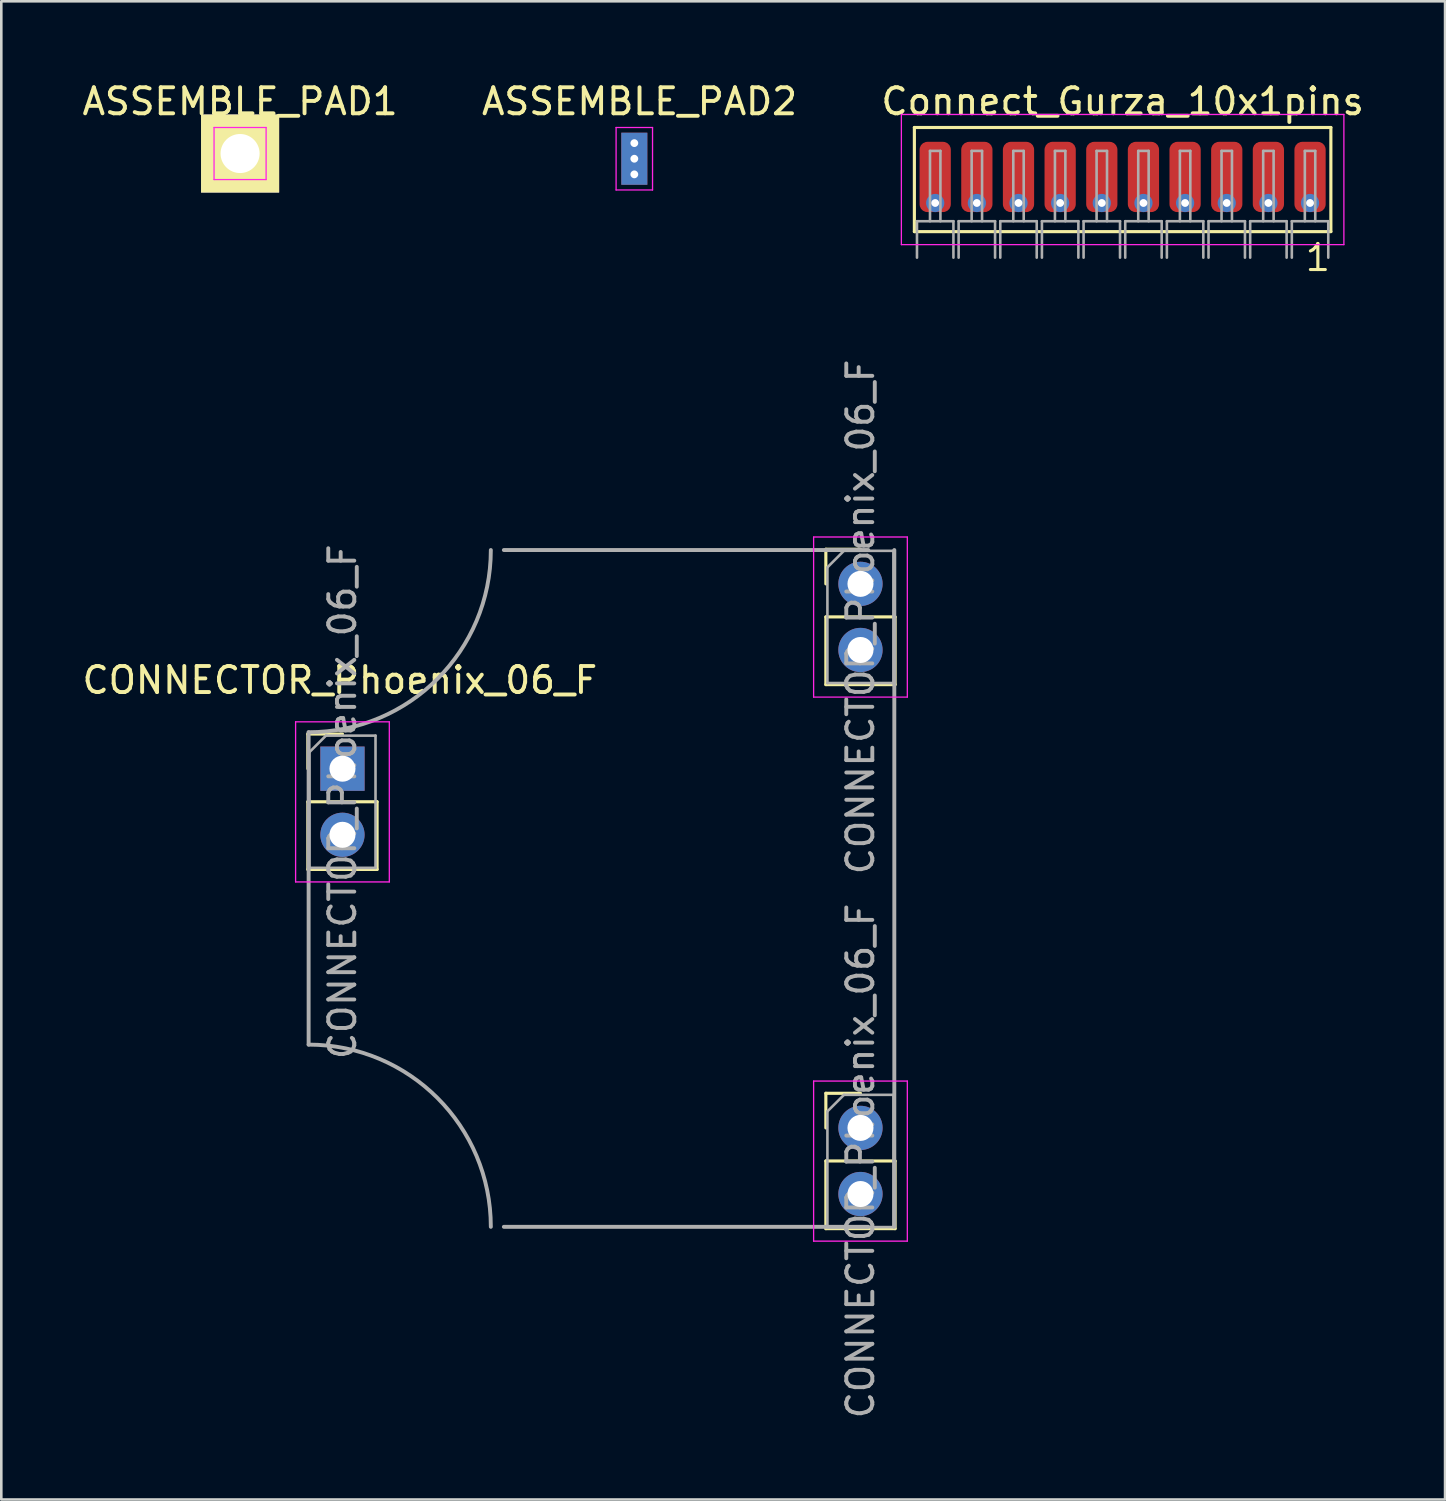
<source format=kicad_pcb>
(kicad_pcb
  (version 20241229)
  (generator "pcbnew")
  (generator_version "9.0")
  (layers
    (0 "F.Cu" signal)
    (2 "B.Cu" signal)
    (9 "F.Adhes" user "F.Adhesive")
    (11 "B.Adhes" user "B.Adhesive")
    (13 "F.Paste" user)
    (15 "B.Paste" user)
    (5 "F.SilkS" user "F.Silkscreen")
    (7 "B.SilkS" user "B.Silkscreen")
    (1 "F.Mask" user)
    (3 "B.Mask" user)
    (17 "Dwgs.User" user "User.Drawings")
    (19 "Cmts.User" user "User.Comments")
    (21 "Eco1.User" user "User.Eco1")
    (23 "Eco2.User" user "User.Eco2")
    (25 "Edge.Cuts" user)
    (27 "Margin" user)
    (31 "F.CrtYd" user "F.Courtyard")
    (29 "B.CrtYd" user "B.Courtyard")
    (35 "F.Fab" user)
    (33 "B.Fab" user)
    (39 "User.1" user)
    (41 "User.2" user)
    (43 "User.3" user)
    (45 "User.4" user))
  (footprint "CONNECTOR_Phoenix_06_F"
    (layer "F.Cu")
    (at 10.106 26.48)
    (property "Reference" "CONNECTOR_Phoenix_06_F" (at -0.1 -3.4 0) (layer "F.SilkS") (effects (font (size 1 1) (thickness 0.15))))
    (attr through_hole)
    (fp_line (start -1.33 -1.33) (end 0 -1.33) (stroke (width 0.12) (type solid)) (layer "F.SilkS"))
    (fp_line (start -1.33 0) (end -1.33 -1.33) (stroke (width 0.12) (type solid)) (layer "F.SilkS"))
    (fp_line (start -1.33 1.27) (end -1.33 3.87) (stroke (width 0.12) (type solid)) (layer "F.SilkS"))
    (fp_line (start -1.33 1.27) (end 1.33 1.27) (stroke (width 0.12) (type solid)) (layer "F.SilkS"))
    (fp_line (start -1.33 3.87) (end 1.33 3.87) (stroke (width 0.12) (type solid)) (layer "F.SilkS"))
    (fp_line (start 1.33 1.27) (end 1.33 3.87) (stroke (width 0.12) (type solid)) (layer "F.SilkS"))
    (fp_line (start 18.57 -8.43) (end 19.9 -8.43) (stroke (width 0.12) (type solid)) (layer "F.SilkS"))
    (fp_line (start 18.57 -7.1) (end 18.57 -8.43) (stroke (width 0.12) (type solid)) (layer "F.SilkS"))
    (fp_line (start 18.57 -5.83) (end 18.57 -3.23) (stroke (width 0.12) (type solid)) (layer "F.SilkS"))
    (fp_line (start 18.57 -5.83) (end 21.23 -5.83) (stroke (width 0.12) (type solid)) (layer "F.SilkS"))
    (fp_line (start 18.57 -3.23) (end 21.23 -3.23) (stroke (width 0.12) (type solid)) (layer "F.SilkS"))
    (fp_line (start 18.57 12.47) (end 19.9 12.47) (stroke (width 0.12) (type solid)) (layer "F.SilkS"))
    (fp_line (start 18.57 13.8) (end 18.57 12.47) (stroke (width 0.12) (type solid)) (layer "F.SilkS"))
    (fp_line (start 18.57 15.07) (end 18.57 17.67) (stroke (width 0.12) (type solid)) (layer "F.SilkS"))
    (fp_line (start 18.57 15.07) (end 21.23 15.07) (stroke (width 0.12) (type solid)) (layer "F.SilkS"))
    (fp_line (start 18.57 17.67) (end 21.23 17.67) (stroke (width 0.12) (type solid)) (layer "F.SilkS"))
    (fp_line (start 21.23 -5.83) (end 21.23 -3.23) (stroke (width 0.12) (type solid)) (layer "F.SilkS"))
    (fp_line (start 21.23 15.07) (end 21.23 17.67) (stroke (width 0.12) (type solid)) (layer "F.SilkS"))
    (fp_line (start -1.8 -1.8) (end -1.8 4.35) (stroke (width 0.05) (type solid)) (layer "F.CrtYd"))
    (fp_line (start -1.8 4.35) (end 1.8 4.35) (stroke (width 0.05) (type solid)) (layer "F.CrtYd"))
    (fp_line (start 1.8 -1.8) (end -1.8 -1.8) (stroke (width 0.05) (type solid)) (layer "F.CrtYd"))
    (fp_line (start 1.8 4.35) (end 1.8 -1.8) (stroke (width 0.05) (type solid)) (layer "F.CrtYd"))
    (fp_line (start 18.1 -8.9) (end 18.1 -2.75) (stroke (width 0.05) (type solid)) (layer "F.CrtYd"))
    (fp_line (start 18.1 -2.75) (end 21.7 -2.75) (stroke (width 0.05) (type solid)) (layer "F.CrtYd"))
    (fp_line (start 18.1 12) (end 18.1 18.15) (stroke (width 0.05) (type solid)) (layer "F.CrtYd"))
    (fp_line (start 18.1 18.15) (end 21.7 18.15) (stroke (width 0.05) (type solid)) (layer "F.CrtYd"))
    (fp_line (start 21.7 -8.9) (end 18.1 -8.9) (stroke (width 0.05) (type solid)) (layer "F.CrtYd"))
    (fp_line (start 21.7 -2.75) (end 21.7 -8.9) (stroke (width 0.05) (type solid)) (layer "F.CrtYd"))
    (fp_line (start 21.7 12) (end 18.1 12) (stroke (width 0.05) (type solid)) (layer "F.CrtYd"))
    (fp_line (start 21.7 18.15) (end 21.7 12) (stroke (width 0.05) (type solid)) (layer "F.CrtYd"))
    (fp_line (start -1.3 -1.4) (end -1.3 10.6) (stroke (width 0.15) (type solid)) (layer "F.Fab"))
    (fp_line (start -1.27 -0.635) (end -0.635 -1.27) (stroke (width 0.1) (type solid)) (layer "F.Fab"))
    (fp_line (start -1.27 3.81) (end -1.27 -0.635) (stroke (width 0.1) (type solid)) (layer "F.Fab"))
    (fp_line (start -0.635 -1.27) (end 1.27 -1.27) (stroke (width 0.1) (type solid)) (layer "F.Fab"))
    (fp_line (start 1.27 -1.27) (end 1.27 3.81) (stroke (width 0.1) (type solid)) (layer "F.Fab"))
    (fp_line (start 1.27 3.81) (end -1.27 3.81) (stroke (width 0.1) (type solid)) (layer "F.Fab"))
    (fp_line (start 6.2 -8.4) (end 20.2 -8.4) (stroke (width 0.15) (type solid)) (layer "F.Fab"))
    (fp_line (start 18.63 -7.735) (end 19.265 -8.37) (stroke (width 0.1) (type solid)) (layer "F.Fab"))
    (fp_line (start 18.63 -3.29) (end 18.63 -7.735) (stroke (width 0.1) (type solid)) (layer "F.Fab"))
    (fp_line (start 18.63 13.165) (end 19.265 12.53) (stroke (width 0.1) (type solid)) (layer "F.Fab"))
    (fp_line (start 18.63 17.61) (end 18.63 13.165) (stroke (width 0.1) (type solid)) (layer "F.Fab"))
    (fp_line (start 19.265 -8.37) (end 21.17 -8.37) (stroke (width 0.1) (type solid)) (layer "F.Fab"))
    (fp_line (start 19.265 12.53) (end 21.17 12.53) (stroke (width 0.1) (type solid)) (layer "F.Fab"))
    (fp_line (start 20.2 17.6) (end 6.2 17.6) (stroke (width 0.15) (type solid)) (layer "F.Fab"))
    (fp_line (start 21.17 -8.37) (end 21.17 -3.29) (stroke (width 0.1) (type solid)) (layer "F.Fab"))
    (fp_line (start 21.17 -3.29) (end 18.63 -3.29) (stroke (width 0.1) (type solid)) (layer "F.Fab"))
    (fp_line (start 21.17 12.53) (end 21.17 17.61) (stroke (width 0.1) (type solid)) (layer "F.Fab"))
    (fp_line (start 21.17 17.61) (end 18.63 17.61) (stroke (width 0.1) (type solid)) (layer "F.Fab"))
    (fp_line (start 21.2 -8.4) (end 21.2 17.6) (stroke (width 0.15) (type solid)) (layer "F.Fab"))
    (fp_arc (start -1.3 10.6) (mid 3.649747 12.650253) (end 5.7 17.6) (stroke (width 0.15) (type solid)) (layer "F.Fab"))
    (fp_arc (start 5.7 -8.4) (mid 3.649747 -3.450253) (end -1.3 -1.4) (stroke (width 0.15) (type solid)) (layer "F.Fab"))
    (fp_text user "${REFERENCE}" (at 19.9 -5.83 90) (layer "F.Fab") (effects (font (size 1 1) (thickness 0.15))))
    (fp_text user "${REFERENCE}" (at 19.9 15.07 90) (layer "F.Fab") (effects (font (size 1 1) (thickness 0.15))))
    (fp_text user "${REFERENCE}" (at 0 1.27 90) (layer "F.Fab") (effects (font (size 1 1) (thickness 0.15))))
    (pad "1" thru_hole rect (at 0 0) (size 1.7 1.7) (drill 1) (layers "*.Cu" "*.Mask"))
    (pad "2" thru_hole oval (at 0 2.54) (size 1.7 1.7) (drill 1) (layers "*.Cu" "*.Mask"))
    (pad "3" thru_hole oval (at 19.9 16.34) (size 1.7 1.7) (drill 1) (layers "*.Cu" "*.Mask"))
    (pad "4" thru_hole oval (at 19.9 13.8) (size 1.7 1.7) (drill 1) (layers "*.Cu" "*.Mask"))
    (pad "5" thru_hole oval (at 19.9 -4.56) (size 1.7 1.7) (drill 1) (layers "*.Cu" "*.Mask"))
    (pad "6" thru_hole oval (at 19.9 -7.1) (size 1.7 1.7) (drill 1) (layers "*.Cu" "*.Mask")))
  (footprint "ASSEMBLE_PAD2"
    (layer "F.Cu")
    (at 21.318 3.048)
    (property "Reference" "ASSEMBLE_PAD2" (at 0.2 -2.2 0) (layer "F.SilkS") (effects (font (size 1 1) (thickness 0.15))))
    (attr exclude_from_pos_files exclude_from_bom)
    (fp_line (start -0.7 -1.2) (end 0.7 -1.2) (stroke (width 0.05) (type solid)) (layer "F.CrtYd"))
    (fp_line (start -0.7 1.2) (end -0.7 -1.2) (stroke (width 0.05) (type solid)) (layer "F.CrtYd"))
    (fp_line (start 0.7 -1.2) (end 0.7 1.2) (stroke (width 0.05) (type solid)) (layer "F.CrtYd"))
    (fp_line (start 0.7 1.2) (end -0.7 1.2) (stroke (width 0.05) (type solid)) (layer "F.CrtYd"))
    (pad "1" thru_hole circle (at 0 -0.6) (size 0.7 0.7) (drill 0.3) (layers "*.Cu" "*.Mask"))
    (pad "1" thru_hole circle (at 0 0) (size 0.7 0.7) (drill 0.3) (layers "*.Cu" "*.Mask"))
    (pad "1" smd rect (at 0 0) (size 1 2) (layers "F.Cu" "F.Mask"))
    (pad "1" smd rect (at 0 0) (size 1 2) (layers "B.Cu" "B.Mask"))
    (pad "1" thru_hole circle (at 0 0.6) (size 0.7 0.7) (drill 0.3) (layers "*.Cu" "*.Mask")))
  (footprint "ASSEMBLE_PAD1"
    (layer "F.Cu")
    (at 6.173 2.848)
    (property "Reference" "ASSEMBLE_PAD1" (at 0 -2 0) (layer "F.SilkS") (effects (font (size 1 1) (thickness 0.15))))
    (attr exclude_from_pos_files exclude_from_bom)
    (fp_line (start -1 -1) (end 1 -1) (stroke (width 0.05) (type solid)) (layer "F.CrtYd"))
    (fp_line (start -1 1) (end -1 -1) (stroke (width 0.05) (type solid)) (layer "F.CrtYd"))
    (fp_line (start 1 -1) (end 1 1) (stroke (width 0.05) (type solid)) (layer "F.CrtYd"))
    (fp_line (start 1 1) (end -1 1) (stroke (width 0.05) (type solid)) (layer "F.CrtYd"))
    (pad "1" thru_hole rect (at 0 0) (size 3 3) (drill 1.5) (layers "*.Cu" "*.Mask" "F.SilkS")))
  (footprint "Connect_Gurza_10x1pins"
    (layer "F.Cu")
    (at 40.077 3.848)
    (property "Reference" "Connect_Gurza_10x1pins" (at 0 -3 0) (layer "F.SilkS") (effects (font (size 1 1) (thickness 0.15))))
    (attr through_hole)
    (fp_line (start -8 -2) (end 8 -2) (stroke (width 0.12) (type solid)) (layer "F.SilkS"))
    (fp_line (start -8 2) (end -8 -2) (stroke (width 0.12) (type solid)) (layer "F.SilkS"))
    (fp_line (start 8 -2) (end 8 2) (stroke (width 0.12) (type solid)) (layer "F.SilkS"))
    (fp_line (start 8 2) (end -8 2) (stroke (width 0.12) (type solid)) (layer "F.SilkS"))
    (fp_line (start -8.5 -2.5) (end 8.5 -2.5) (stroke (width 0.05) (type solid)) (layer "F.CrtYd"))
    (fp_line (start -8.5 2.5) (end -8.5 -2.5) (stroke (width 0.05) (type solid)) (layer "F.CrtYd"))
    (fp_line (start 8.5 -2.5) (end 8.5 2.5) (stroke (width 0.05) (type solid)) (layer "F.CrtYd"))
    (fp_line (start 8.5 2.5) (end -8.5 2.5) (stroke (width 0.05) (type solid)) (layer "F.CrtYd"))
    (fp_line (start -7.9 1.6) (end -7.9 3) (stroke (width 0.1) (type solid)) (layer "F.Fab"))
    (fp_line (start -7.9 1.6) (end -6.5 1.6) (stroke (width 0.1) (type solid)) (layer "F.Fab"))
    (fp_line (start -7.4 -1.1) (end -7.4 1.6) (stroke (width 0.1) (type solid)) (layer "F.Fab"))
    (fp_line (start -7.4 -1.1) (end -7 -1.1) (stroke (width 0.1) (type solid)) (layer "F.Fab"))
    (fp_line (start -7 -1.1) (end -7 1.6) (stroke (width 0.1) (type solid)) (layer "F.Fab"))
    (fp_line (start -6.5 1.6) (end -6.5 3) (stroke (width 0.1) (type solid)) (layer "F.Fab"))
    (fp_line (start -6.3 1.6) (end -6.3 3) (stroke (width 0.1) (type solid)) (layer "F.Fab"))
    (fp_line (start -6.3 1.6) (end -4.9 1.6) (stroke (width 0.1) (type solid)) (layer "F.Fab"))
    (fp_line (start -5.8 -1.1) (end -5.8 1.6) (stroke (width 0.1) (type solid)) (layer "F.Fab"))
    (fp_line (start -5.8 -1.1) (end -5.4 -1.1) (stroke (width 0.1) (type solid)) (layer "F.Fab"))
    (fp_line (start -5.4 -1.1) (end -5.4 1.6) (stroke (width 0.1) (type solid)) (layer "F.Fab"))
    (fp_line (start -4.9 1.6) (end -4.9 3) (stroke (width 0.1) (type solid)) (layer "F.Fab"))
    (fp_line (start -4.7 1.6) (end -4.7 3) (stroke (width 0.1) (type solid)) (layer "F.Fab"))
    (fp_line (start -4.7 1.6) (end -3.3 1.6) (stroke (width 0.1) (type solid)) (layer "F.Fab"))
    (fp_line (start -4.2 -1.1) (end -4.2 1.6) (stroke (width 0.1) (type solid)) (layer "F.Fab"))
    (fp_line (start -4.2 -1.1) (end -3.8 -1.1) (stroke (width 0.1) (type solid)) (layer "F.Fab"))
    (fp_line (start -3.8 -1.1) (end -3.8 1.6) (stroke (width 0.1) (type solid)) (layer "F.Fab"))
    (fp_line (start -3.3 1.6) (end -3.3 3) (stroke (width 0.1) (type solid)) (layer "F.Fab"))
    (fp_line (start -3.1 1.6) (end -3.1 3) (stroke (width 0.1) (type solid)) (layer "F.Fab"))
    (fp_line (start -3.1 1.6) (end -1.7 1.6) (stroke (width 0.1) (type solid)) (layer "F.Fab"))
    (fp_line (start -2.6 -1.1) (end -2.6 1.6) (stroke (width 0.1) (type solid)) (layer "F.Fab"))
    (fp_line (start -2.6 -1.1) (end -2.2 -1.1) (stroke (width 0.1) (type solid)) (layer "F.Fab"))
    (fp_line (start -2.2 -1.1) (end -2.2 1.6) (stroke (width 0.1) (type solid)) (layer "F.Fab"))
    (fp_line (start -1.7 1.6) (end -1.7 3) (stroke (width 0.1) (type solid)) (layer "F.Fab"))
    (fp_line (start -1.5 1.6) (end -1.5 3) (stroke (width 0.1) (type solid)) (layer "F.Fab"))
    (fp_line (start -1.5 1.6) (end -0.1 1.6) (stroke (width 0.1) (type solid)) (layer "F.Fab"))
    (fp_line (start -1 -1.1) (end -1 1.6) (stroke (width 0.1) (type solid)) (layer "F.Fab"))
    (fp_line (start -1 -1.1) (end -0.6 -1.1) (stroke (width 0.1) (type solid)) (layer "F.Fab"))
    (fp_line (start -0.6 -1.1) (end -0.6 1.6) (stroke (width 0.1) (type solid)) (layer "F.Fab"))
    (fp_line (start -0.1 1.6) (end -0.1 3) (stroke (width 0.1) (type solid)) (layer "F.Fab"))
    (fp_line (start 0.1 1.6) (end 0.1 3) (stroke (width 0.1) (type solid)) (layer "F.Fab"))
    (fp_line (start 0.1 1.6) (end 1.5 1.6) (stroke (width 0.1) (type solid)) (layer "F.Fab"))
    (fp_line (start 0.6 -1.1) (end 0.6 1.6) (stroke (width 0.1) (type solid)) (layer "F.Fab"))
    (fp_line (start 0.6 -1.1) (end 1 -1.1) (stroke (width 0.1) (type solid)) (layer "F.Fab"))
    (fp_line (start 1 -1.1) (end 1 1.6) (stroke (width 0.1) (type solid)) (layer "F.Fab"))
    (fp_line (start 1.5 1.6) (end 1.5 3) (stroke (width 0.1) (type solid)) (layer "F.Fab"))
    (fp_line (start 1.7 1.6) (end 1.7 3) (stroke (width 0.1) (type solid)) (layer "F.Fab"))
    (fp_line (start 1.7 1.6) (end 3.1 1.6) (stroke (width 0.1) (type solid)) (layer "F.Fab"))
    (fp_line (start 2.2 -1.1) (end 2.2 1.6) (stroke (width 0.1) (type solid)) (layer "F.Fab"))
    (fp_line (start 2.2 -1.1) (end 2.6 -1.1) (stroke (width 0.1) (type solid)) (layer "F.Fab"))
    (fp_line (start 2.6 -1.1) (end 2.6 1.6) (stroke (width 0.1) (type solid)) (layer "F.Fab"))
    (fp_line (start 3.1 1.6) (end 3.1 3) (stroke (width 0.1) (type solid)) (layer "F.Fab"))
    (fp_line (start 3.3 1.6) (end 3.3 3) (stroke (width 0.1) (type solid)) (layer "F.Fab"))
    (fp_line (start 3.3 1.6) (end 4.7 1.6) (stroke (width 0.1) (type solid)) (layer "F.Fab"))
    (fp_line (start 3.8 -1.1) (end 3.8 1.6) (stroke (width 0.1) (type solid)) (layer "F.Fab"))
    (fp_line (start 3.8 -1.1) (end 4.2 -1.1) (stroke (width 0.1) (type solid)) (layer "F.Fab"))
    (fp_line (start 4.2 -1.1) (end 4.2 1.6) (stroke (width 0.1) (type solid)) (layer "F.Fab"))
    (fp_line (start 4.7 1.6) (end 4.7 3) (stroke (width 0.1) (type solid)) (layer "F.Fab"))
    (fp_line (start 4.9 1.6) (end 4.9 3) (stroke (width 0.1) (type solid)) (layer "F.Fab"))
    (fp_line (start 4.9 1.6) (end 6.3 1.6) (stroke (width 0.1) (type solid)) (layer "F.Fab"))
    (fp_line (start 5.4 -1.1) (end 5.4 1.6) (stroke (width 0.1) (type solid)) (layer "F.Fab"))
    (fp_line (start 5.4 -1.1) (end 5.8 -1.1) (stroke (width 0.1) (type solid)) (layer "F.Fab"))
    (fp_line (start 5.8 -1.1) (end 5.8 1.6) (stroke (width 0.1) (type solid)) (layer "F.Fab"))
    (fp_line (start 6.3 1.6) (end 6.3 3) (stroke (width 0.1) (type solid)) (layer "F.Fab"))
    (fp_line (start 6.5 1.6) (end 6.5 3) (stroke (width 0.1) (type solid)) (layer "F.Fab"))
    (fp_line (start 6.5 1.6) (end 7.9 1.6) (stroke (width 0.1) (type solid)) (layer "F.Fab"))
    (fp_line (start 7 -1.1) (end 7 1.6) (stroke (width 0.1) (type solid)) (layer "F.Fab"))
    (fp_line (start 7 -1.1) (end 7.4 -1.1) (stroke (width 0.1) (type solid)) (layer "F.Fab"))
    (fp_line (start 7.4 -1.1) (end 7.4 1.6) (stroke (width 0.1) (type solid)) (layer "F.Fab"))
    (fp_line (start 7.9 1.6) (end 7.9 3) (stroke (width 0.1) (type solid)) (layer "F.Fab"))
    (fp_text user "1" (at 7.5 3 0) (layer "F.SilkS") (effects (font (size 1 1) (thickness 0.12))))
    (pad "1" smd roundrect (at 7.2 -0.1) (size 1.2 2.7) (layers "F.Cu" "F.Mask" "F.Paste") (roundrect_rratio 0.25))
    (pad "1" thru_hole circle (at 7.2 0.9) (size 0.7 0.7) (drill 0.3) (layers "*.Cu" "F.Mask"))
    (pad "2" smd roundrect (at 5.6 -0.1) (size 1.2 2.7) (layers "F.Cu" "F.Mask" "F.Paste") (roundrect_rratio 0.25))
    (pad "2" thru_hole circle (at 5.6 0.9) (size 0.7 0.7) (drill 0.3) (layers "*.Cu" "F.Mask"))
    (pad "3" smd roundrect (at 4 -0.1) (size 1.2 2.7) (layers "F.Cu" "F.Mask" "F.Paste") (roundrect_rratio 0.25))
    (pad "3" thru_hole circle (at 4 0.9) (size 0.7 0.7) (drill 0.3) (layers "*.Cu" "F.Mask"))
    (pad "4" smd roundrect (at 2.4 -0.1) (size 1.2 2.7) (layers "F.Cu" "F.Mask" "F.Paste") (roundrect_rratio 0.25))
    (pad "4" thru_hole circle (at 2.4 0.9) (size 0.7 0.7) (drill 0.3) (layers "*.Cu" "F.Mask"))
    (pad "5" smd roundrect (at 0.8 -0.1) (size 1.2 2.7) (layers "F.Cu" "F.Mask" "F.Paste") (roundrect_rratio 0.25))
    (pad "5" thru_hole circle (at 0.8 0.9) (size 0.7 0.7) (drill 0.3) (layers "*.Cu" "F.Mask"))
    (pad "6" smd roundrect (at -0.8 -0.1) (size 1.2 2.7) (layers "F.Cu" "F.Mask" "F.Paste") (roundrect_rratio 0.25))
    (pad "6" thru_hole circle (at -0.8 0.9) (size 0.7 0.7) (drill 0.3) (layers "*.Cu" "F.Mask"))
    (pad "7" smd roundrect (at -2.4 -0.1) (size 1.2 2.7) (layers "F.Cu" "F.Mask" "F.Paste") (roundrect_rratio 0.25))
    (pad "7" thru_hole circle (at -2.4 0.9) (size 0.7 0.7) (drill 0.3) (layers "*.Cu" "F.Mask"))
    (pad "8" smd roundrect (at -4 -0.1) (size 1.2 2.7) (layers "F.Cu" "F.Mask" "F.Paste") (roundrect_rratio 0.25))
    (pad "8" thru_hole circle (at -4 0.9) (size 0.7 0.7) (drill 0.3) (layers "*.Cu" "F.Mask"))
    (pad "9" smd roundrect (at -5.6 -0.1) (size 1.2 2.7) (layers "F.Cu" "F.Mask" "F.Paste") (roundrect_rratio 0.25))
    (pad "9" thru_hole circle (at -5.6 0.9) (size 0.7 0.7) (drill 0.3) (layers "*.Cu" "F.Mask"))
    (pad "10" smd roundrect (at -7.2 -0.1) (size 1.2 2.7) (layers "F.Cu" "F.Mask" "F.Paste") (roundrect_rratio 0.25))
    (pad "10" thru_hole circle (at -7.2 0.9) (size 0.7 0.7) (drill 0.3) (layers "*.Cu" "F.Mask")))
  (gr_rect
    (start -3 -3)
    (end 52.464 54.556)
    (stroke (width 0.1) (type default))
    (fill no)
    (layer "Edge.Cuts")))
</source>
